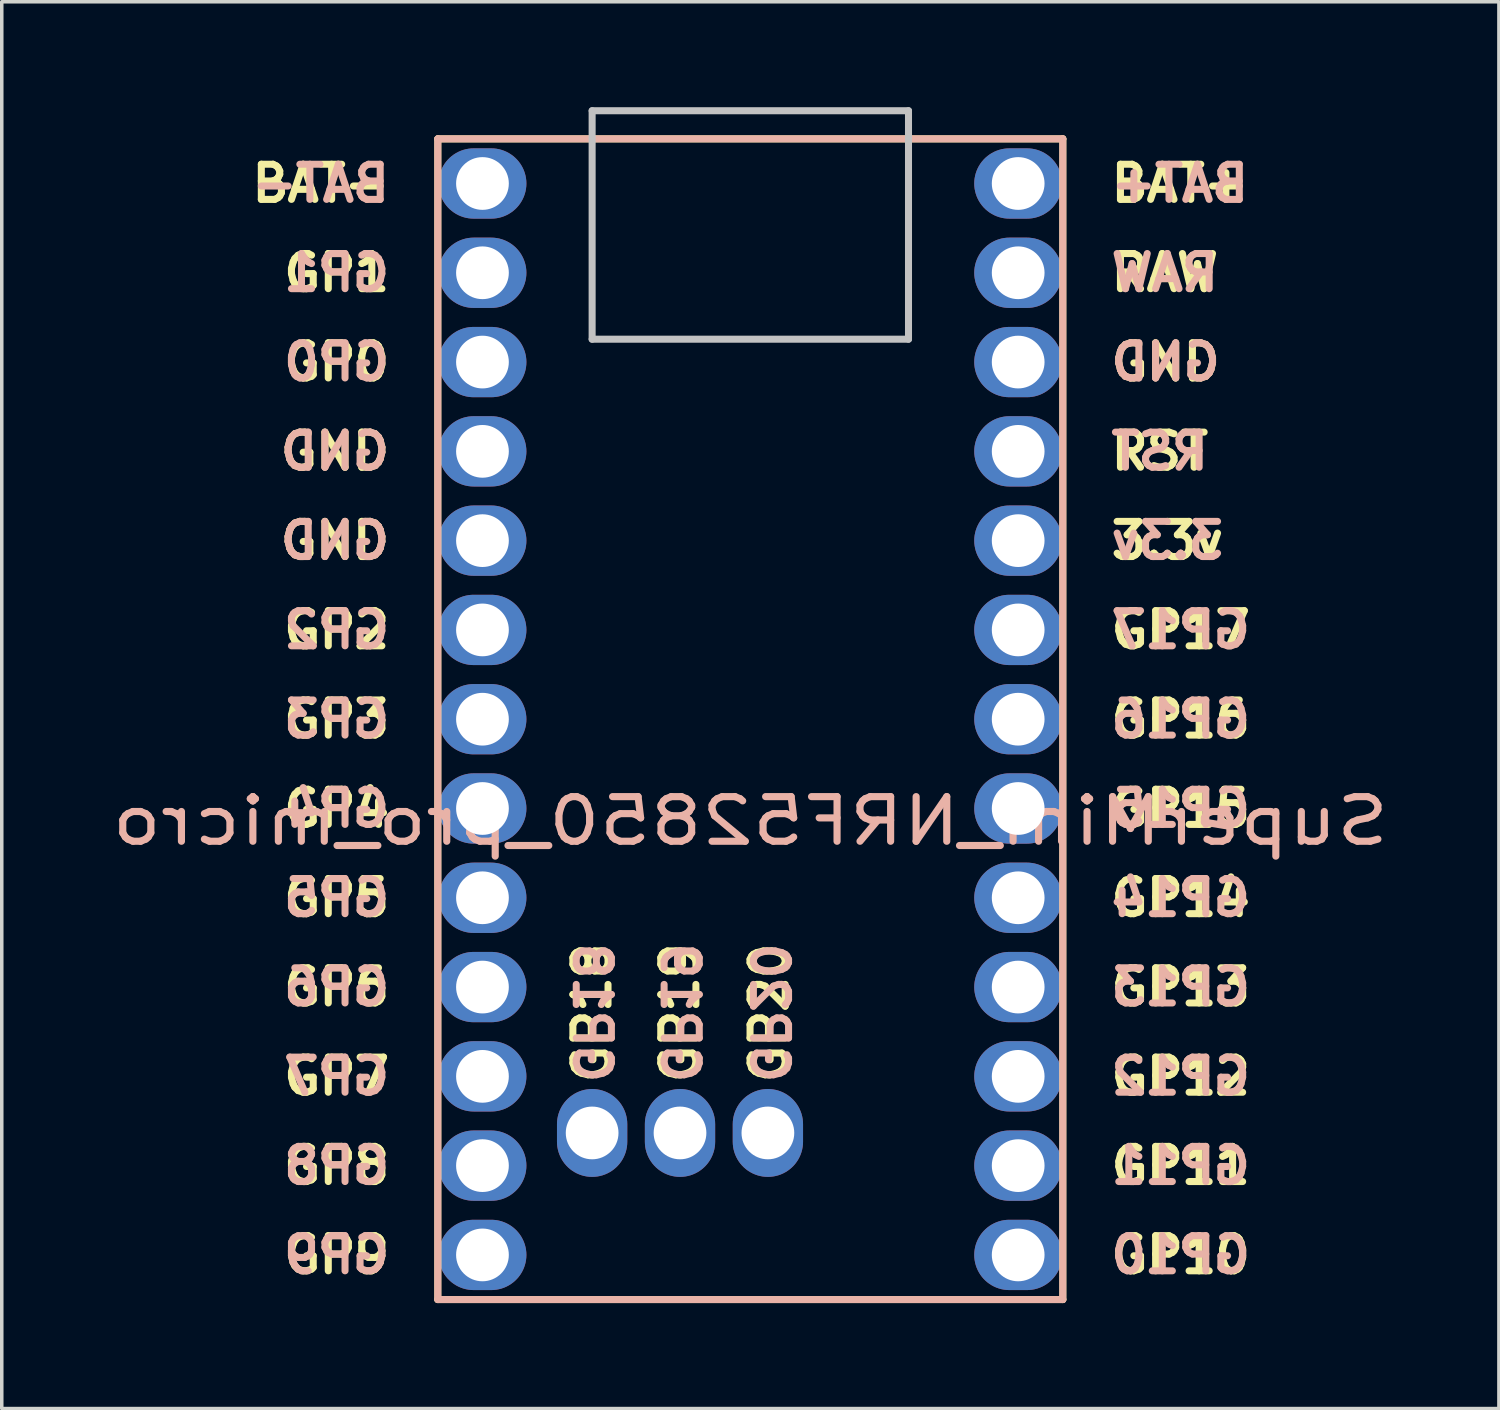
<source format=kicad_pcb>
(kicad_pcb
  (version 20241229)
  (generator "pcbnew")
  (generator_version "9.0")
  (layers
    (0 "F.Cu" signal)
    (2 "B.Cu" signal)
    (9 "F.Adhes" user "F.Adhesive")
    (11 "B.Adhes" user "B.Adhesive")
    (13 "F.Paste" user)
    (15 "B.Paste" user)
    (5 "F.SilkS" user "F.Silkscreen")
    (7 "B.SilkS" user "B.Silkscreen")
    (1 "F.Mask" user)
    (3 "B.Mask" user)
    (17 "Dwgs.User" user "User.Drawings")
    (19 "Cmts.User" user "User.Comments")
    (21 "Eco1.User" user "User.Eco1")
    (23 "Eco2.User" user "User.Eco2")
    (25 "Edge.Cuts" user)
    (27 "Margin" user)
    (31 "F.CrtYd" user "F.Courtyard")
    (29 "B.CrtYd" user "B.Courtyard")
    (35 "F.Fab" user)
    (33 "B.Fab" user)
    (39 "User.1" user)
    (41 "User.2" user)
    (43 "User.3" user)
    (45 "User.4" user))
  (footprint "SuperMini_NRF52850_pro_micro"
    (layer "F.Cu")
    (at 18.295 18.68)
    (property "Reference" "SuperMini_NRF52850_pro_micro" (at 0 1.625 0) (layer "B.SilkS") (effects (font (size 1.27 1.524) (thickness 0.203)) (justify mirror)))
    (attr through_hole)
    (fp_line (start -8.89 -17.78) (end 8.89 -17.78) (stroke (width 0.2) (type solid)) (layer "F.SilkS"))
    (fp_line (start -8.89 15.24) (end -8.89 -17.78) (stroke (width 0.2) (type solid)) (layer "F.SilkS"))
    (fp_line (start 8.89 -17.78) (end 8.89 15.24) (stroke (width 0.2) (type solid)) (layer "F.SilkS"))
    (fp_line (start 8.89 15.24) (end -8.89 15.24) (stroke (width 0.2) (type solid)) (layer "F.SilkS"))
    (fp_line (start -8.89 -17.78) (end 8.89 -17.78) (stroke (width 0.2) (type solid)) (layer "B.SilkS"))
    (fp_line (start -8.89 15.24) (end -8.89 -17.78) (stroke (width 0.2) (type solid)) (layer "B.SilkS"))
    (fp_line (start 8.89 -17.78) (end 8.89 15.24) (stroke (width 0.2) (type solid)) (layer "B.SilkS"))
    (fp_line (start 8.89 15.24) (end -8.89 15.24) (stroke (width 0.2) (type solid)) (layer "B.SilkS"))
    (fp_line (start -4.5 -18.58) (end -4.5 -12.08) (stroke (width 0.2) (type default)) (layer "Dwgs.User"))
    (fp_line (start 4.5 -18.58) (end -4.5 -18.58) (stroke (width 0.2) (type default)) (layer "Dwgs.User"))
    (fp_line (start 4.5 -18.58) (end 4.5 -12.08) (stroke (width 0.2) (type default)) (layer "Dwgs.User"))
    (fp_line (start 4.5 -12.08) (end -4.5 -12.08) (stroke (width 0.2) (type default)) (layer "Dwgs.User"))
    (fp_text user "GP9" (at -10.16 13.97 0) (unlocked yes) (layer "F.SilkS") (effects (font (size 1 1) (thickness 0.2) (bold yes)) (justify right)))
    (fp_text user "BAT-" (at -10.16 -16.51 0) (unlocked yes) (layer "F.SilkS") (effects (font (size 1 1) (thickness 0.2) (bold yes)) (justify right)))
    (fp_text user "GP12" (at 10.16 8.89 0) (unlocked yes) (layer "F.SilkS") (effects (font (size 1 1) (thickness 0.2) (bold yes)) (justify left)))
    (fp_text user "GND" (at 10.16 -11.43 0) (unlocked yes) (layer "F.SilkS") (effects (font (size 1 1) (thickness 0.2) (bold yes)) (justify left)))
    (fp_text user "RAW" (at 10.16 -13.97 0) (unlocked yes) (layer "F.SilkS") (effects (font (size 1 1) (thickness 0.2) (bold yes)) (justify left)))
    (fp_text user "GP16" (at 10.16 -1.27 0) (unlocked yes) (layer "F.SilkS") (effects (font (size 1 1) (thickness 0.2) (bold yes)) (justify left)))
    (fp_text user "GP19" (at -2 5 90) (unlocked yes) (layer "F.SilkS") (effects (font (size 1 1) (thickness 0.2) (bold yes)) (justify right)))
    (fp_text user "GP14" (at 10.16 3.81 0) (unlocked yes) (layer "F.SilkS") (effects (font (size 1 1) (thickness 0.2) (bold yes)) (justify left)))
    (fp_text user "GP11" (at 10.16 11.43 0) (unlocked yes) (layer "F.SilkS") (effects (font (size 1 1) (thickness 0.2) (bold yes)) (justify left)))
    (fp_text user "GP20" (at 0.54 5 90) (unlocked yes) (layer "F.SilkS") (effects (font (size 1 1) (thickness 0.2) (bold yes)) (justify right)))
    (fp_text user "GP6" (at -10.16 6.35 0) (unlocked yes) (layer "F.SilkS") (effects (font (size 1 1) (thickness 0.2) (bold yes)) (justify right)))
    (fp_text user "GP17" (at 10.16 -3.81 0) (unlocked yes) (layer "F.SilkS") (effects (font (size 1 1) (thickness 0.2) (bold yes)) (justify left)))
    (fp_text user "GP3" (at -10.16 -1.27 0) (unlocked yes) (layer "F.SilkS") (effects (font (size 1 1) (thickness 0.2) (bold yes)) (justify right)))
    (fp_text user "GP18" (at -4.5 5 90) (unlocked yes) (layer "F.SilkS") (effects (font (size 1 1) (thickness 0.2) (bold yes)) (justify right)))
    (fp_text user "GP10" (at 10.16 13.97 0) (unlocked yes) (layer "F.SilkS") (effects (font (size 1 1) (thickness 0.2) (bold yes)) (justify left)))
    (fp_text user "GP4" (at -10.16 1.27 0) (unlocked yes) (layer "F.SilkS") (effects (font (size 1 1) (thickness 0.2) (bold yes)) (justify right)))
    (fp_text user "GP8" (at -10.16 11.43 0) (unlocked yes) (layer "F.SilkS") (effects (font (size 1 1) (thickness 0.2) (bold yes)) (justify right)))
    (fp_text user "GND" (at -10.16 -6.35 0) (unlocked yes) (layer "F.SilkS") (effects (font (size 1 1) (thickness 0.2) (bold yes)) (justify right)))
    (fp_text user "GP7" (at -10.16 8.89 0) (unlocked yes) (layer "F.SilkS") (effects (font (size 1 1) (thickness 0.2) (bold yes)) (justify right)))
    (fp_text user "GP1" (at -10.16 -13.97 0) (unlocked yes) (layer "F.SilkS") (effects (font (size 1 1) (thickness 0.2) (bold yes)) (justify right)))
    (fp_text user "BAT+" (at 10.16 -16.51 0) (unlocked yes) (layer "F.SilkS") (effects (font (size 1 1) (thickness 0.2) (bold yes)) (justify left)))
    (fp_text user "3.3v" (at 10.16 -6.35 0) (unlocked yes) (layer "F.SilkS") (effects (font (size 1 1) (thickness 0.2) (bold yes)) (justify left)))
    (fp_text user "GP5" (at -10.16 3.81 0) (unlocked yes) (layer "F.SilkS") (effects (font (size 1 1) (thickness 0.2) (bold yes)) (justify right)))
    (fp_text user "GP13" (at 10.16 6.35 0) (unlocked yes) (layer "F.SilkS") (effects (font (size 1 1) (thickness 0.2) (bold yes)) (justify left)))
    (fp_text user "GP0" (at -10.16 -11.43 0) (unlocked yes) (layer "F.SilkS") (effects (font (size 1 1) (thickness 0.2) (bold yes)) (justify right)))
    (fp_text user "GND" (at -10.16 -8.89 0) (unlocked yes) (layer "F.SilkS") (effects (font (size 1 1) (thickness 0.2) (bold yes)) (justify right)))
    (fp_text user "GP2" (at -10.16 -3.81 0) (unlocked yes) (layer "F.SilkS") (effects (font (size 1 1) (thickness 0.2) (bold yes)) (justify right)))
    (fp_text user "GP15" (at 10.16 1.27 0) (unlocked yes) (layer "F.SilkS") (effects (font (size 1 1) (thickness 0.2) (bold yes)) (justify left)))
    (fp_text user "RST" (at 10.16 -8.89 0) (unlocked yes) (layer "F.SilkS") (effects (font (size 1 1) (thickness 0.2) (bold yes)) (justify left)))
    (fp_text user "GND" (at 10.16 -11.43 0) (unlocked yes) (layer "B.SilkS") (effects (font (size 1 1) (thickness 0.2) (bold yes)) (justify right mirror)))
    (fp_text user "GP1" (at -10.16 -13.97 0) (unlocked yes) (layer "B.SilkS") (effects (font (size 1 1) (thickness 0.2) (bold yes)) (justify left mirror)))
    (fp_text user "GP9" (at -10.16 13.97 0) (unlocked yes) (layer "B.SilkS") (effects (font (size 1 1) (thickness 0.2) (bold yes)) (justify left mirror)))
    (fp_text user "GP13" (at 10.16 6.35 0) (unlocked yes) (layer "B.SilkS") (effects (font (size 1 1) (thickness 0.2) (bold yes)) (justify right mirror)))
    (fp_text user "GP15" (at 10.16 1.27 0) (unlocked yes) (layer "B.SilkS") (effects (font (size 1 1) (thickness 0.2) (bold yes)) (justify right mirror)))
    (fp_text user "BAT-" (at -10.16 -16.51 0) (unlocked yes) (layer "B.SilkS") (effects (font (size 1 1) (thickness 0.2) (bold yes)) (justify left mirror)))
    (fp_text user "GP3" (at -10.16 -1.27 0) (unlocked yes) (layer "B.SilkS") (effects (font (size 1 1) (thickness 0.2) (bold yes)) (justify left mirror)))
    (fp_text user "GP16" (at 10.16 -1.27 0) (unlocked yes) (layer "B.SilkS") (effects (font (size 1 1) (thickness 0.2) (bold yes)) (justify right mirror)))
    (fp_text user "GP11" (at 10.16 11.43 0) (unlocked yes) (layer "B.SilkS") (effects (font (size 1 1) (thickness 0.2) (bold yes)) (justify right mirror)))
    (fp_text user "GP19" (at -2 5 270) (unlocked yes) (layer "B.SilkS") (effects (font (size 1 1) (thickness 0.2) (bold yes)) (justify right mirror)))
    (fp_text user "3.3v" (at 10.16 -6.35 0) (unlocked yes) (layer "B.SilkS") (effects (font (size 1 1) (thickness 0.2) (bold yes)) (justify right mirror)))
    (fp_text user "RST" (at 10.16 -8.89 0) (unlocked yes) (layer "B.SilkS") (effects (font (size 1 1) (thickness 0.2) (bold yes)) (justify right mirror)))
    (fp_text user "GP12" (at 10.16 8.89 0) (unlocked yes) (layer "B.SilkS") (effects (font (size 1 1) (thickness 0.2) (bold yes)) (justify right mirror)))
    (fp_text user "GP2" (at -10.16 -3.81 0) (unlocked yes) (layer "B.SilkS") (effects (font (size 1 1) (thickness 0.2) (bold yes)) (justify left mirror)))
    (fp_text user "GP10" (at 10.16 13.97 0) (unlocked yes) (layer "B.SilkS") (effects (font (size 1 1) (thickness 0.2) (bold yes)) (justify right mirror)))
    (fp_text user "GND" (at -10.16 -8.89 0) (unlocked yes) (layer "B.SilkS") (effects (font (size 1 1) (thickness 0.2) (bold yes)) (justify left mirror)))
    (fp_text user "GP8" (at -10.16 11.43 0) (unlocked yes) (layer "B.SilkS") (effects (font (size 1 1) (thickness 0.2) (bold yes)) (justify left mirror)))
    (fp_text user "GP5" (at -10.16 3.81 0) (unlocked yes) (layer "B.SilkS") (effects (font (size 1 1) (thickness 0.2) (bold yes)) (justify left mirror)))
    (fp_text user "GP20" (at 0.54 5 270) (unlocked yes) (layer "B.SilkS") (effects (font (size 1 1) (thickness 0.2) (bold yes)) (justify right mirror)))
    (fp_text user "GP17" (at 10.16 -3.81 0) (unlocked yes) (layer "B.SilkS") (effects (font (size 1 1) (thickness 0.2) (bold yes)) (justify right mirror)))
    (fp_text user "GND" (at -10.16 -6.35 0) (unlocked yes) (layer "B.SilkS") (effects (font (size 1 1) (thickness 0.2) (bold yes)) (justify left mirror)))
    (fp_text user "GP0" (at -10.16 -11.43 0) (unlocked yes) (layer "B.SilkS") (effects (font (size 1 1) (thickness 0.2) (bold yes)) (justify left mirror)))
    (fp_text user "GP18" (at -4.5 5 270) (unlocked yes) (layer "B.SilkS") (effects (font (size 1 1) (thickness 0.2) (bold yes)) (justify right mirror)))
    (fp_text user "GP7" (at -10.16 8.89 0) (unlocked yes) (layer "B.SilkS") (effects (font (size 1 1) (thickness 0.2) (bold yes)) (justify left mirror)))
    (fp_text user "GP14" (at 10.16 3.81 0) (unlocked yes) (layer "B.SilkS") (effects (font (size 1 1) (thickness 0.2) (bold yes)) (justify right mirror)))
    (fp_text user "GP6" (at -10.16 6.35 0) (unlocked yes) (layer "B.SilkS") (effects (font (size 1 1) (thickness 0.2) (bold yes)) (justify left mirror)))
    (fp_text user "BAT+" (at 10.16 -16.51 0) (unlocked yes) (layer "B.SilkS") (effects (font (size 1 1) (thickness 0.2) (bold yes)) (justify right mirror)))
    (fp_text user "GP4" (at -10.16 1.27 0) (unlocked yes) (layer "B.SilkS") (effects (font (size 1 1) (thickness 0.2) (bold yes)) (justify left mirror)))
    (fp_text user "RAW" (at 10.16 -13.97 0) (unlocked yes) (layer "B.SilkS") (effects (font (size 1 1) (thickness 0.2) (bold yes)) (justify right mirror)))
    (pad "1" thru_hole oval (at -7.62 -16.51 270) (size 2 2.5) (drill 1.5) (layers "*.Cu" "*.Mask"))
    (pad "2" thru_hole oval (at -7.62 -13.97 270) (size 2 2.5) (drill 1.5) (layers "*.Cu" "*.Mask"))
    (pad "3" thru_hole oval (at -7.62 -11.43 270) (size 2 2.5) (drill 1.5) (layers "*.Cu" "*.Mask"))
    (pad "4" thru_hole oval (at -7.62 -8.89 270) (size 2 2.5) (drill 1.5) (layers "*.Cu" "*.Mask"))
    (pad "5" thru_hole oval (at -7.62 -6.35 270) (size 2 2.5) (drill 1.5) (layers "*.Cu" "*.Mask"))
    (pad "6" thru_hole oval (at -7.62 -3.81 270) (size 2 2.5) (drill 1.5) (layers "*.Cu" "*.Mask"))
    (pad "7" thru_hole oval (at -7.62 -1.27 270) (size 2 2.5) (drill 1.5) (layers "*.Cu" "*.Mask"))
    (pad "8" thru_hole oval (at -7.62 1.27 270) (size 2 2.5) (drill 1.5) (layers "*.Cu" "*.Mask"))
    (pad "9" thru_hole oval (at -7.62 3.81 270) (size 2 2.5) (drill 1.5) (layers "*.Cu" "*.Mask"))
    (pad "10" thru_hole oval (at -7.62 6.35 270) (size 2 2.5) (drill 1.5) (layers "*.Cu" "*.Mask"))
    (pad "11" thru_hole oval (at -7.62 8.89 270) (size 2 2.5) (drill 1.5) (layers "*.Cu" "*.Mask"))
    (pad "12" thru_hole oval (at -7.62 11.43 270) (size 2 2.5) (drill 1.5) (layers "*.Cu" "*.Mask"))
    (pad "13" thru_hole oval (at -7.62 13.97 270) (size 2 2.5) (drill 1.5) (layers "*.Cu" "*.Mask"))
    (pad "14" thru_hole oval (at 7.62 13.97 270) (size 2 2.5) (drill 1.5) (layers "*.Cu" "*.Mask"))
    (pad "15" thru_hole oval (at 7.62 11.43 270) (size 2 2.5) (drill 1.5) (layers "*.Cu" "*.Mask"))
    (pad "16" thru_hole oval (at 7.62 8.89 270) (size 2 2.5) (drill 1.5) (layers "*.Cu" "*.Mask"))
    (pad "17" thru_hole oval (at 7.62 6.35 270) (size 2 2.5) (drill 1.5) (layers "*.Cu" "*.Mask"))
    (pad "18" thru_hole oval (at 7.62 3.81 270) (size 2 2.5) (drill 1.5) (layers "*.Cu" "*.Mask"))
    (pad "19" thru_hole oval (at 7.62 1.27 270) (size 2 2.5) (drill 1.5) (layers "*.Cu" "*.Mask"))
    (pad "20" thru_hole oval (at 7.62 -1.27 270) (size 2 2.5) (drill 1.5) (layers "*.Cu" "*.Mask"))
    (pad "21" thru_hole oval (at 7.62 -3.81 270) (size 2 2.5) (drill 1.5) (layers "*.Cu" "*.Mask"))
    (pad "22" thru_hole oval (at 7.62 -6.35 270) (size 2 2.5) (drill 1.5) (layers "*.Cu" "*.Mask"))
    (pad "23" thru_hole oval (at 7.62 -8.89 270) (size 2 2.5) (drill 1.5) (layers "*.Cu" "*.Mask"))
    (pad "24" thru_hole oval (at 7.62 -11.43 270) (size 2 2.5) (drill 1.5) (layers "*.Cu" "*.Mask"))
    (pad "25" thru_hole oval (at 7.62 -13.97 270) (size 2 2.5) (drill 1.5) (layers "*.Cu" "*.Mask"))
    (pad "26" thru_hole oval (at 7.62 -16.51 270) (size 2 2.5) (drill 1.5) (layers "*.Cu" "*.Mask"))
    (pad "27" thru_hole oval (at -4.5 10.5) (size 2 2.5) (drill 1.5) (layers "*.Cu" "*.Mask"))
    (pad "28" thru_hole oval (at -2 10.5) (size 2 2.5) (drill 1.5) (layers "*.Cu" "*.Mask"))
    (pad "29" thru_hole oval (at 0.5 10.5) (size 2 2.5) (drill 1.5) (layers "*.Cu" "*.Mask")))
  (gr_rect
    (start -3 -3)
    (end 39.591 37.02)
    (stroke (width 0.1) (type default))
    (fill no)
    (layer "Edge.Cuts")))
</source>
